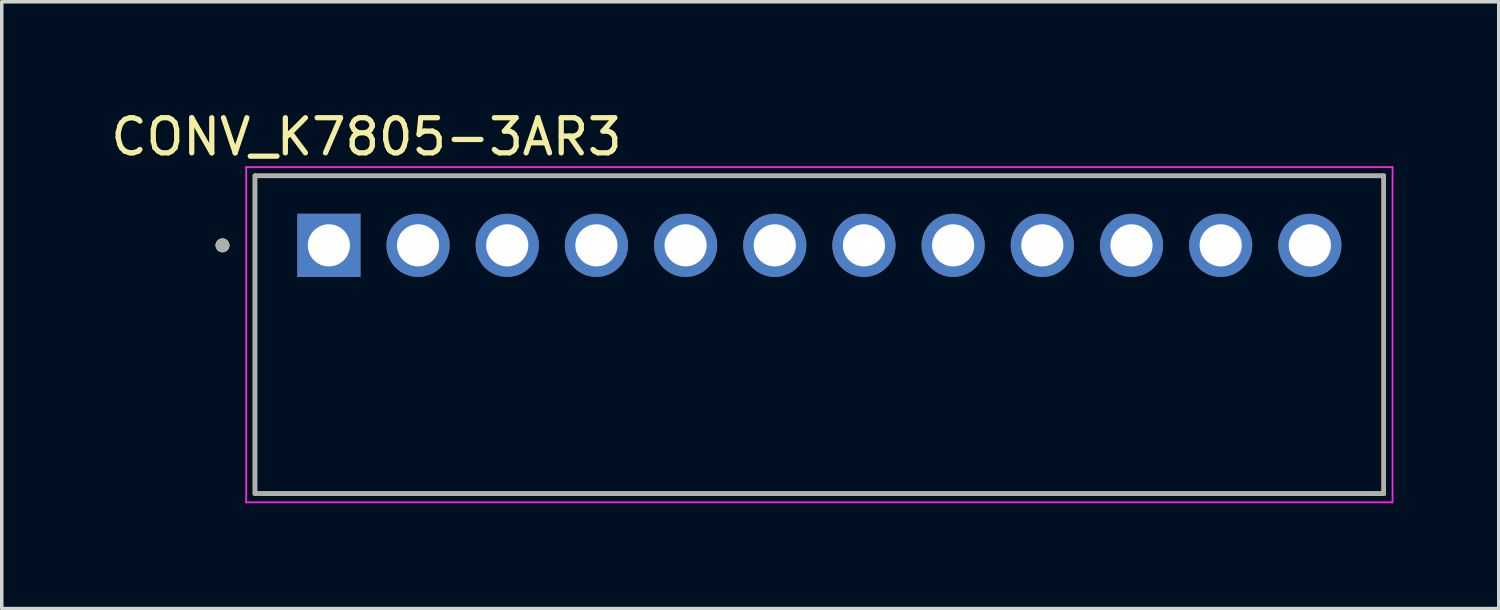
<source format=kicad_pcb>
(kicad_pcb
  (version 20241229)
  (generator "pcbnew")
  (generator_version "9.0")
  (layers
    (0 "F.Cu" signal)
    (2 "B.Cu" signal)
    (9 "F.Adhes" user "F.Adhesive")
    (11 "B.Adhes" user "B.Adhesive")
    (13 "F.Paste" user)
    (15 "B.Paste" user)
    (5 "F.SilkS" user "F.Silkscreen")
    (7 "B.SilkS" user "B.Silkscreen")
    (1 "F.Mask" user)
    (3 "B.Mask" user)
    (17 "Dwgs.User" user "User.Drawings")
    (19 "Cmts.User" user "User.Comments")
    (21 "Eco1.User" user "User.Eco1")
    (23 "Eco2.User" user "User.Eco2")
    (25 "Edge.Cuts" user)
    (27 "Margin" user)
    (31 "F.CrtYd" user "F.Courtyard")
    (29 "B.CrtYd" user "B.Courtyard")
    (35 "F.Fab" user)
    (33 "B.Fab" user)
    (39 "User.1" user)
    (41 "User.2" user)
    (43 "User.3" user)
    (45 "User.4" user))
  (footprint "CONV_K7805-3AR3"
    (layer "F.Cu")
    (at 20.287 6.483)
    (property "Reference" "CONV_K7805-3AR3" (at -12.9 -5.635 0) (layer "F.SilkS") (effects (font (size 1 1) (thickness 0.15))))
    (attr through_hole)
    (fp_line (start -16.075 -4.525) (end 16.075 -4.525) (stroke (width 0.127) (type solid)) (layer "F.SilkS"))
    (fp_line (start -16.075 4.525) (end -16.075 -4.525) (stroke (width 0.127) (type solid)) (layer "F.SilkS"))
    (fp_line (start 16.075 -4.525) (end 16.075 4.525) (stroke (width 0.127) (type solid)) (layer "F.SilkS"))
    (fp_line (start 16.075 4.525) (end -16.075 4.525) (stroke (width 0.127) (type solid)) (layer "F.SilkS"))
    (fp_circle (center -17 -2.545) (end -16.9 -2.545) (stroke (width 0.2) (type solid)) (fill no) (layer "F.SilkS"))
    (fp_line (start -16.325 -4.775) (end 16.325 -4.775) (stroke (width 0.05) (type solid)) (layer "F.CrtYd"))
    (fp_line (start -16.325 4.775) (end -16.325 -4.775) (stroke (width 0.05) (type solid)) (layer "F.CrtYd"))
    (fp_line (start 16.325 -4.775) (end 16.325 4.775) (stroke (width 0.05) (type solid)) (layer "F.CrtYd"))
    (fp_line (start 16.325 4.775) (end -16.325 4.775) (stroke (width 0.05) (type solid)) (layer "F.CrtYd"))
    (fp_line (start -16.075 -4.525) (end -16.075 4.525) (stroke (width 0.127) (type solid)) (layer "F.Fab"))
    (fp_line (start -16.075 -4.525) (end 16.075 -4.525) (stroke (width 0.127) (type solid)) (layer "F.Fab"))
    (fp_line (start -16.075 4.525) (end 16.075 4.525) (stroke (width 0.127) (type solid)) (layer "F.Fab"))
    (fp_line (start 16.075 4.525) (end 16.075 -4.525) (stroke (width 0.127) (type solid)) (layer "F.Fab"))
    (fp_circle (center -17 -2.545) (end -16.9 -2.545) (stroke (width 0.2) (type solid)) (fill no) (layer "F.Fab"))
    (pad "1" thru_hole rect (at -13.97 -2.545) (size 1.8 1.8) (drill 1.2) (layers "*.Cu" "*.Mask"))
    (pad "2" thru_hole circle (at -11.43 -2.545) (size 1.8 1.8) (drill 1.2) (layers "*.Cu" "*.Mask"))
    (pad "3" thru_hole circle (at -8.89 -2.545) (size 1.8 1.8) (drill 1.2) (layers "*.Cu" "*.Mask"))
    (pad "4" thru_hole circle (at -6.35 -2.545) (size 1.8 1.8) (drill 1.2) (layers "*.Cu" "*.Mask"))
    (pad "5" thru_hole circle (at -3.81 -2.545) (size 1.8 1.8) (drill 1.2) (layers "*.Cu" "*.Mask"))
    (pad "6" thru_hole circle (at -1.27 -2.545) (size 1.8 1.8) (drill 1.2) (layers "*.Cu" "*.Mask"))
    (pad "7" thru_hole circle (at 1.27 -2.545) (size 1.8 1.8) (drill 1.2) (layers "*.Cu" "*.Mask"))
    (pad "8" thru_hole circle (at 3.81 -2.545) (size 1.8 1.8) (drill 1.2) (layers "*.Cu" "*.Mask"))
    (pad "9" thru_hole circle (at 6.35 -2.545) (size 1.8 1.8) (drill 1.2) (layers "*.Cu" "*.Mask"))
    (pad "10" thru_hole circle (at 8.89 -2.545) (size 1.8 1.8) (drill 1.2) (layers "*.Cu" "*.Mask"))
    (pad "11" thru_hole circle (at 11.43 -2.545) (size 1.8 1.8) (drill 1.2) (layers "*.Cu" "*.Mask"))
    (pad "12" thru_hole circle (at 13.97 -2.545) (size 1.8 1.8) (drill 1.2) (layers "*.Cu" "*.Mask")))
  (gr_rect
    (start -3 -3)
    (end 39.637 14.283)
    (stroke (width 0.1) (type default))
    (fill no)
    (layer "Edge.Cuts")))
</source>
